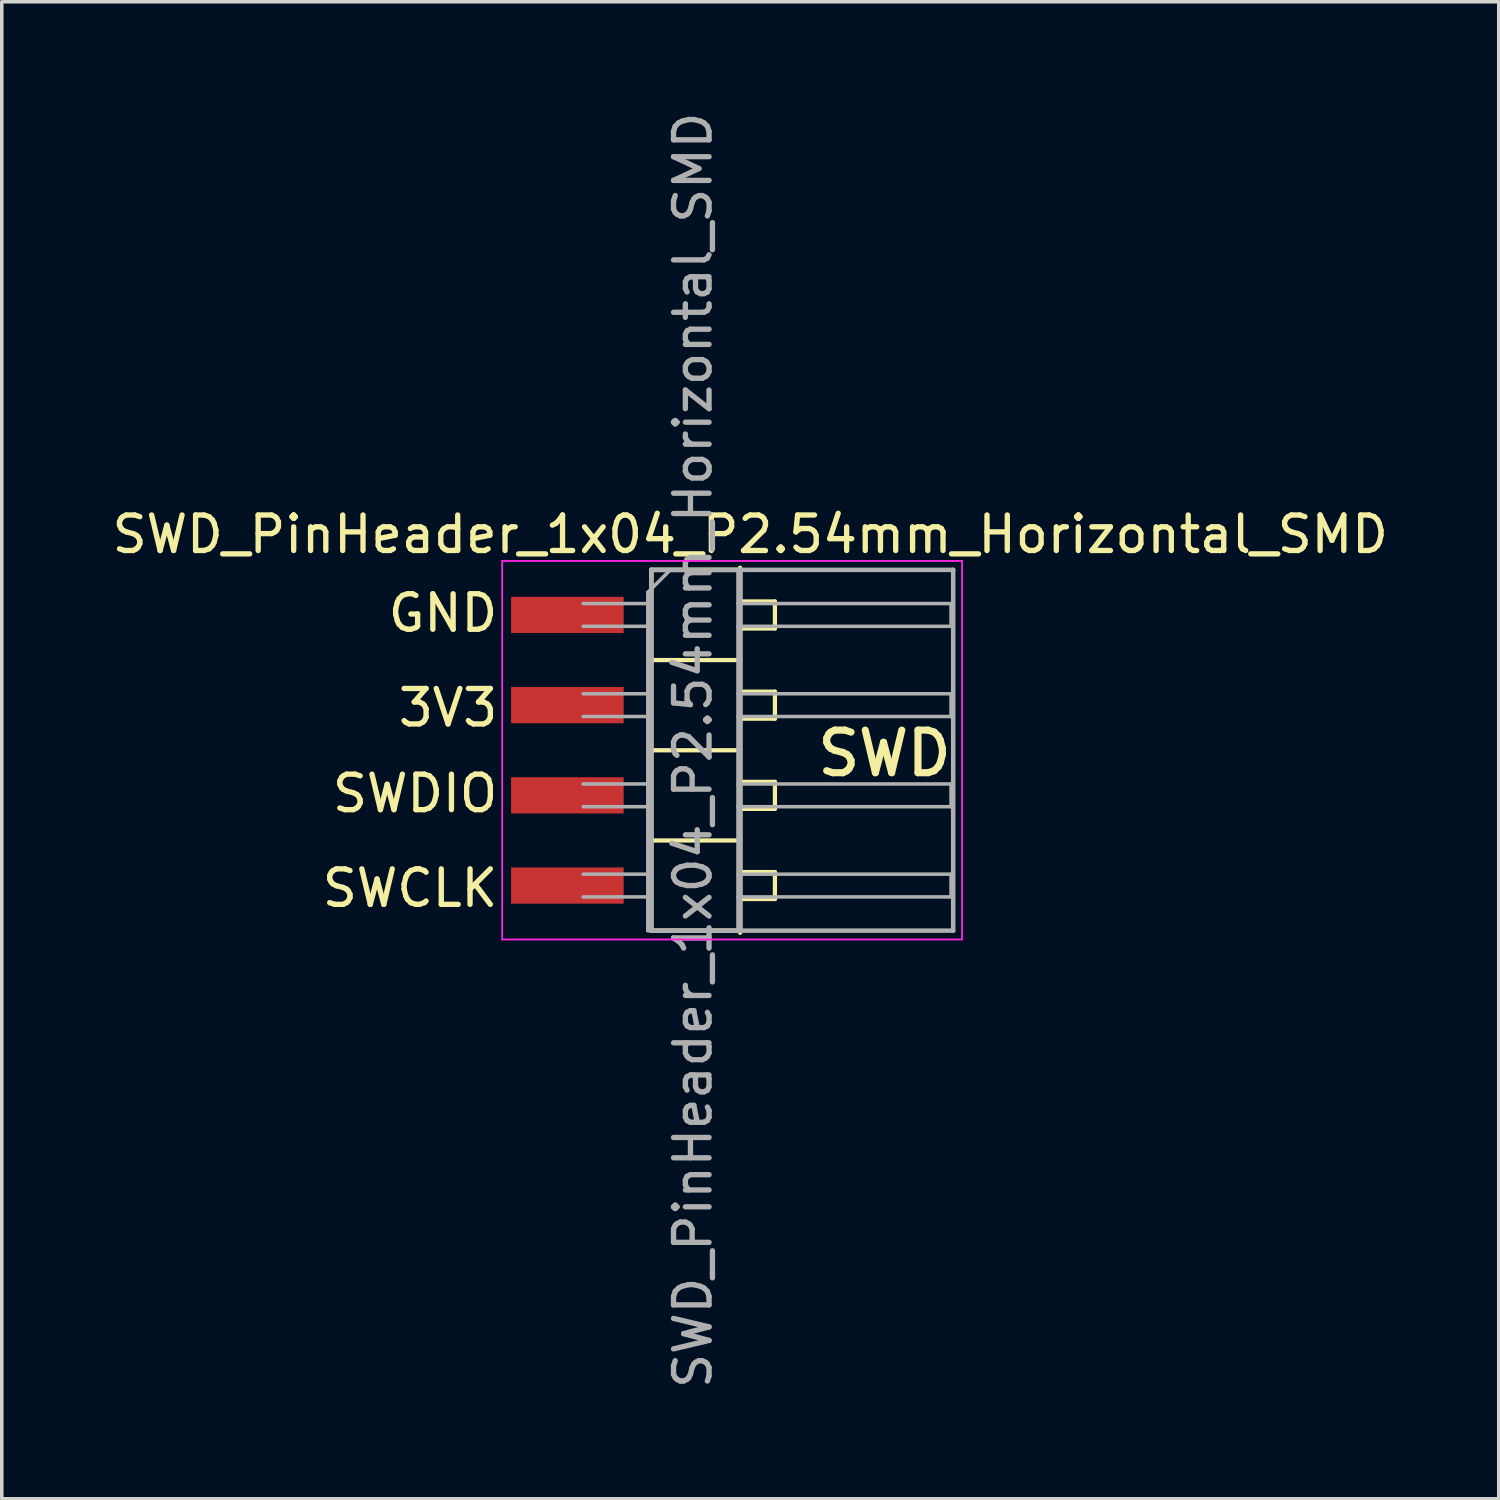
<source format=kicad_pcb>
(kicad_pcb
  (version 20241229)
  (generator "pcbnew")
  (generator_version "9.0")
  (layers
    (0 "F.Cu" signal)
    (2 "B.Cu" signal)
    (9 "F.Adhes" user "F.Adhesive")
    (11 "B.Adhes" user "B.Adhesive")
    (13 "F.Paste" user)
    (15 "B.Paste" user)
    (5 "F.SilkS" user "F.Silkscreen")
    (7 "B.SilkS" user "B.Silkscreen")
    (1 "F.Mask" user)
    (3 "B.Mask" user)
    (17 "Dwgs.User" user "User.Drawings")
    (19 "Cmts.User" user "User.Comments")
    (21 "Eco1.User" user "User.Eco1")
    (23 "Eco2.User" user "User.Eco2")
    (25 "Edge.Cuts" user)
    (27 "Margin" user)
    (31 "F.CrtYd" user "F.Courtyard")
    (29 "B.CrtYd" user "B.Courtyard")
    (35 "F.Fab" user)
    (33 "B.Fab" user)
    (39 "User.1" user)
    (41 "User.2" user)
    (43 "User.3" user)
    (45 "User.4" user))
  (footprint "SWD_PinHeader_1x04_P2.54mm_Horizontal_SMD"
    (layer "F.Cu")
    (at 12.947 14.267)
    (property "Reference" "SWD_PinHeader_1x04_P2.54mm_Horizontal_SMD" (at 5.13 -2.27 0) (layer "F.SilkS") (effects (font (size 1 1) (thickness 0.15))))
    (attr smd)
    (fp_line (start 2.345 -1.27) (end 4.845 -1.27) (stroke (width 0.127) (type solid)) (layer "F.SilkS"))
    (fp_line (start 2.345 1.27) (end 4.845 1.27) (stroke (width 0.12) (type solid)) (layer "F.SilkS"))
    (fp_line (start 2.345 3.81) (end 4.845 3.81) (stroke (width 0.12) (type solid)) (layer "F.SilkS"))
    (fp_line (start 2.345 6.35) (end 4.845 6.35) (stroke (width 0.12) (type solid)) (layer "F.SilkS"))
    (fp_line (start 2.345 8.89) (end 2.345 -1.27) (stroke (width 0.127) (type solid)) (layer "F.SilkS"))
    (fp_line (start 4.845 -1.27) (end 4.845 8.89) (stroke (width 0.127) (type solid)) (layer "F.SilkS"))
    (fp_line (start 4.845 -0.38) (end 5.825 -0.38) (stroke (width 0.12) (type solid)) (layer "F.SilkS"))
    (fp_line (start 4.845 2.16) (end 5.825 2.16) (stroke (width 0.12) (type solid)) (layer "F.SilkS"))
    (fp_line (start 4.845 4.7) (end 5.825 4.7) (stroke (width 0.12) (type solid)) (layer "F.SilkS"))
    (fp_line (start 4.845 7.24) (end 5.825 7.24) (stroke (width 0.12) (type solid)) (layer "F.SilkS"))
    (fp_line (start 4.845 8.89) (end 2.345 8.89) (stroke (width 0.127) (type solid)) (layer "F.SilkS"))
    (fp_line (start 4.845 8.95) (end 4.845 -1.33) (stroke (width 0.12) (type solid)) (layer "F.SilkS"))
    (fp_line (start 5.825 -0.38) (end 5.825 0.38) (stroke (width 0.12) (type solid)) (layer "F.SilkS"))
    (fp_line (start 5.825 0.38) (end 4.845 0.38) (stroke (width 0.12) (type solid)) (layer "F.SilkS"))
    (fp_line (start 5.825 2.16) (end 5.825 2.92) (stroke (width 0.12) (type solid)) (layer "F.SilkS"))
    (fp_line (start 5.825 2.92) (end 4.845 2.92) (stroke (width 0.12) (type solid)) (layer "F.SilkS"))
    (fp_line (start 5.825 4.7) (end 5.825 5.46) (stroke (width 0.12) (type solid)) (layer "F.SilkS"))
    (fp_line (start 5.825 5.46) (end 4.845 5.46) (stroke (width 0.12) (type solid)) (layer "F.SilkS"))
    (fp_line (start 5.825 7.24) (end 5.825 8) (stroke (width 0.12) (type solid)) (layer "F.SilkS"))
    (fp_line (start 5.825 8) (end 4.845 8) (stroke (width 0.12) (type solid)) (layer "F.SilkS"))
    (fp_line (start -1.855 -1.52) (end -1.855 9.14) (stroke (width 0.05) (type solid)) (layer "F.CrtYd"))
    (fp_line (start -1.855 9.14) (end 11.095 9.14) (stroke (width 0.05) (type solid)) (layer "F.CrtYd"))
    (fp_line (start 11.095 -1.52) (end -1.855 -1.52) (stroke (width 0.05) (type solid)) (layer "F.CrtYd"))
    (fp_line (start 11.095 9.14) (end 11.095 -1.52) (stroke (width 0.05) (type solid)) (layer "F.CrtYd"))
    (fp_line (start 0.425 -0.32) (end 2.245 -0.32) (stroke (width 0.1) (type solid)) (layer "F.Fab"))
    (fp_line (start 0.425 0.32) (end 2.245 0.32) (stroke (width 0.1) (type solid)) (layer "F.Fab"))
    (fp_line (start 0.425 2.22) (end 2.245 2.22) (stroke (width 0.1) (type solid)) (layer "F.Fab"))
    (fp_line (start 0.425 2.86) (end 2.245 2.86) (stroke (width 0.1) (type solid)) (layer "F.Fab"))
    (fp_line (start 0.425 4.76) (end 2.245 4.76) (stroke (width 0.1) (type solid)) (layer "F.Fab"))
    (fp_line (start 0.425 5.4) (end 2.245 5.4) (stroke (width 0.1) (type solid)) (layer "F.Fab"))
    (fp_line (start 0.425 7.3) (end 2.245 7.3) (stroke (width 0.1) (type solid)) (layer "F.Fab"))
    (fp_line (start 0.425 7.94) (end 2.245 7.94) (stroke (width 0.1) (type solid)) (layer "F.Fab"))
    (fp_line (start 2.245 -0.635) (end 2.88 -1.27) (stroke (width 0.1) (type solid)) (layer "F.Fab"))
    (fp_line (start 2.245 8.89) (end 2.245 -0.635) (stroke (width 0.1) (type solid)) (layer "F.Fab"))
    (fp_line (start 2.345 -1.27) (end 4.845 -1.27) (stroke (width 0.127) (type solid)) (layer "F.Fab"))
    (fp_line (start 2.345 8.89) (end 2.345 -1.27) (stroke (width 0.127) (type solid)) (layer "F.Fab"))
    (fp_line (start 2.88 -1.27) (end 4.785 -1.27) (stroke (width 0.1) (type solid)) (layer "F.Fab"))
    (fp_line (start 4.785 -1.27) (end 4.785 8.89) (stroke (width 0.1) (type solid)) (layer "F.Fab"))
    (fp_line (start 4.785 -0.32) (end 10.785 -0.32) (stroke (width 0.1) (type solid)) (layer "F.Fab"))
    (fp_line (start 4.785 0.32) (end 10.785 0.32) (stroke (width 0.1) (type solid)) (layer "F.Fab"))
    (fp_line (start 4.785 2.22) (end 10.785 2.22) (stroke (width 0.1) (type solid)) (layer "F.Fab"))
    (fp_line (start 4.785 2.86) (end 10.785 2.86) (stroke (width 0.1) (type solid)) (layer "F.Fab"))
    (fp_line (start 4.785 4.76) (end 10.785 4.76) (stroke (width 0.1) (type solid)) (layer "F.Fab"))
    (fp_line (start 4.785 5.4) (end 10.785 5.4) (stroke (width 0.1) (type solid)) (layer "F.Fab"))
    (fp_line (start 4.785 7.3) (end 10.785 7.3) (stroke (width 0.1) (type solid)) (layer "F.Fab"))
    (fp_line (start 4.785 7.94) (end 10.785 7.94) (stroke (width 0.1) (type solid)) (layer "F.Fab"))
    (fp_line (start 4.785 8.89) (end 2.245 8.89) (stroke (width 0.1) (type solid)) (layer "F.Fab"))
    (fp_line (start 4.845 -1.27) (end 4.845 8.89) (stroke (width 0.127) (type solid)) (layer "F.Fab"))
    (fp_line (start 4.845 -1.27) (end 10.845 -1.27) (stroke (width 0.127) (type solid)) (layer "F.Fab"))
    (fp_line (start 4.845 8.89) (end 2.345 8.89) (stroke (width 0.127) (type solid)) (layer "F.Fab"))
    (fp_line (start 10.785 -0.32) (end 10.785 0.32) (stroke (width 0.1) (type solid)) (layer "F.Fab"))
    (fp_line (start 10.785 2.22) (end 10.785 2.86) (stroke (width 0.1) (type solid)) (layer "F.Fab"))
    (fp_line (start 10.785 4.76) (end 10.785 5.4) (stroke (width 0.1) (type solid)) (layer "F.Fab"))
    (fp_line (start 10.785 7.3) (end 10.785 7.94) (stroke (width 0.1) (type solid)) (layer "F.Fab"))
    (fp_line (start 10.845 -1.27) (end 10.845 8.89) (stroke (width 0.127) (type solid)) (layer "F.Fab"))
    (fp_line (start 10.845 8.89) (end 4.845 8.89) (stroke (width 0.127) (type solid)) (layer "F.Fab"))
    (fp_text user "SWCLK" (at -1.9 8.28 0) (unlocked yes) (layer "F.SilkS") (effects (font (size 1 1) (thickness 0.15)) (justify right bottom)))
    (fp_text user "SWDIO" (at -1.9 5.613 0) (unlocked yes) (layer "F.SilkS") (effects (font (size 1 1) (thickness 0.15)) (justify right bottom)))
    (fp_text user "3V3" (at -1.9 3.2 0) (unlocked yes) (layer "F.SilkS") (effects (font (size 1 1) (thickness 0.15)) (justify right bottom)))
    (fp_text user "GND" (at -1.9 0.533 0) (unlocked yes) (layer "F.SilkS") (effects (font (size 1 1) (thickness 0.15)) (justify right bottom)))
    (fp_text user "SWD" (at 10.9 4.6 0) (unlocked yes) (layer "F.SilkS") (effects (font (size 1.2 1.2) (thickness 0.2) (bold yes)) (justify right bottom)))
    (fp_text user "${REFERENCE}" (at 3.515 3.81 90) (layer "F.Fab") (effects (font (size 1 1) (thickness 0.15))))
    (pad "1" smd rect (at -0.02 0 90) (size 1.02 3.17) (layers "F.Cu" "F.Mask" "F.Paste"))
    (pad "2" smd rect (at -0.02 2.54 90) (size 1.02 3.17) (layers "F.Cu" "F.Mask" "F.Paste"))
    (pad "3" smd rect (at -0.02 5.08 90) (size 1.02 3.17) (layers "F.Cu" "F.Mask" "F.Paste"))
    (pad "4" smd rect (at -0.02 7.62 90) (size 1.02 3.17) (layers "F.Cu" "F.Mask" "F.Paste")))
  (gr_rect
    (start -3 -3)
    (end 39.155 39.155)
    (stroke (width 0.1) (type default))
    (fill no)
    (layer "Edge.Cuts")))
</source>
